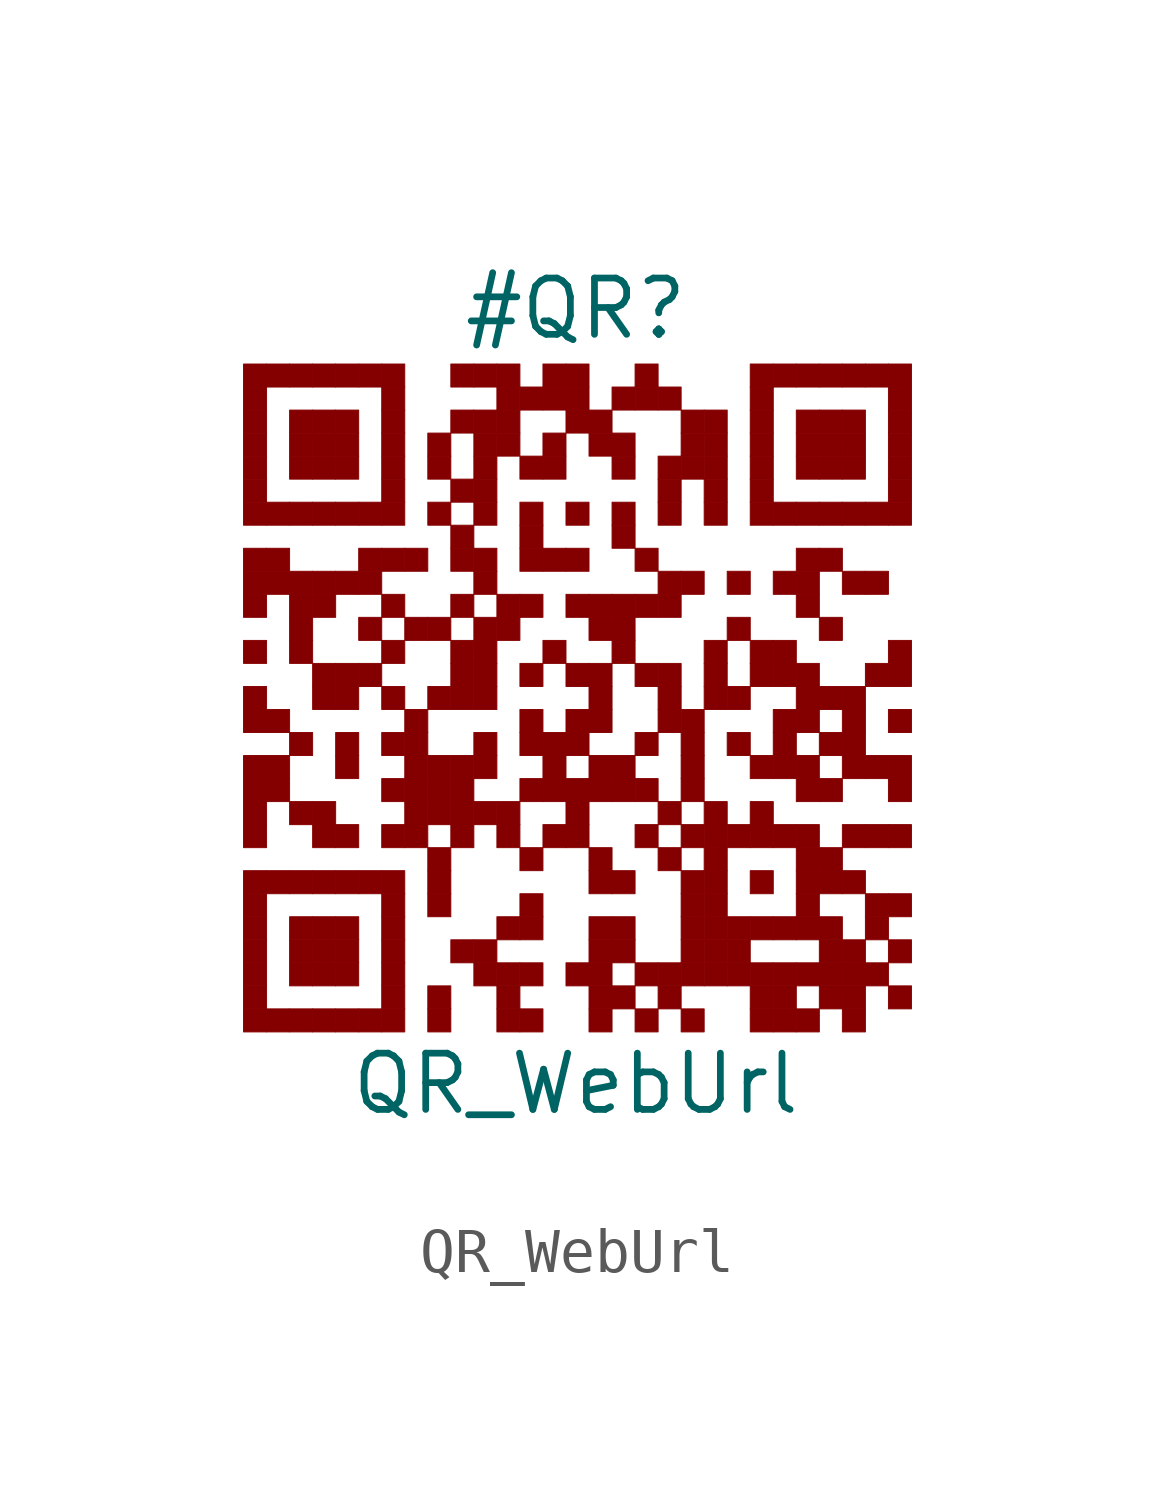
<source format=kicad_sym>
(kicad_symbol_lib
  (version 20211014)
  (generator kibot)
  (symbol "QR_WebUrl"
    (pin_numbers hide)
    (pin_names hide)
    (property "Reference" "#QR"
      (at 0 8.75 0))
    (property "Value" "QR_WebUrl"
      (at 0 -8.75 0))
    (rectangle
      (start -7.5 7.5)
      (end -6.98 6.98)
      (stroke (width 0.001) (type default) (color 0 0 0 0))
      (fill (type outline)))
    (rectangle
      (start -6.98 7.5)
      (end -6.46 6.98)
      (stroke (width 0.001) (type default) (color 0 0 0 0))
      (fill (type outline)))
    (rectangle
      (start -6.46 7.5)
      (end -5.94 6.98)
      (stroke (width 0.001) (type default) (color 0 0 0 0))
      (fill (type outline)))
    (rectangle
      (start -5.94 7.5)
      (end -5.42 6.98)
      (stroke (width 0.001) (type default) (color 0 0 0 0))
      (fill (type outline)))
    (rectangle
      (start -5.42 7.5)
      (end -4.9 6.98)
      (stroke (width 0.001) (type default) (color 0 0 0 0))
      (fill (type outline)))
    (rectangle
      (start -4.9 7.5)
      (end -4.38 6.98)
      (stroke (width 0.001) (type default) (color 0 0 0 0))
      (fill (type outline)))
    (rectangle
      (start -4.38 7.5)
      (end -3.86 6.98)
      (stroke (width 0.001) (type default) (color 0 0 0 0))
      (fill (type outline)))
    (rectangle
      (start -2.82 7.5)
      (end -2.3 6.98)
      (stroke (width 0.001) (type default) (color 0 0 0 0))
      (fill (type outline)))
    (rectangle
      (start -2.3 7.5)
      (end -1.78 6.98)
      (stroke (width 0.001) (type default) (color 0 0 0 0))
      (fill (type outline)))
    (rectangle
      (start -1.78 7.5)
      (end -1.26 6.98)
      (stroke (width 0.001) (type default) (color 0 0 0 0))
      (fill (type outline)))
    (rectangle
      (start -0.74 7.5)
      (end -0.22 6.98)
      (stroke (width 0.001) (type default) (color 0 0 0 0))
      (fill (type outline)))
    (rectangle
      (start -0.22 7.5)
      (end 0.3 6.98)
      (stroke (width 0.001) (type default) (color 0 0 0 0))
      (fill (type outline)))
    (rectangle
      (start 1.34 7.5)
      (end 1.86 6.98)
      (stroke (width 0.001) (type default) (color 0 0 0 0))
      (fill (type outline)))
    (rectangle
      (start 3.94 7.5)
      (end 4.46 6.98)
      (stroke (width 0.001) (type default) (color 0 0 0 0))
      (fill (type outline)))
    (rectangle
      (start 4.46 7.5)
      (end 4.98 6.98)
      (stroke (width 0.001) (type default) (color 0 0 0 0))
      (fill (type outline)))
    (rectangle
      (start 4.98 7.5)
      (end 5.5 6.98)
      (stroke (width 0.001) (type default) (color 0 0 0 0))
      (fill (type outline)))
    (rectangle
      (start 5.5 7.5)
      (end 6.02 6.98)
      (stroke (width 0.001) (type default) (color 0 0 0 0))
      (fill (type outline)))
    (rectangle
      (start 6.02 7.5)
      (end 6.54 6.98)
      (stroke (width 0.001) (type default) (color 0 0 0 0))
      (fill (type outline)))
    (rectangle
      (start 6.54 7.5)
      (end 7.06 6.98)
      (stroke (width 0.001) (type default) (color 0 0 0 0))
      (fill (type outline)))
    (rectangle
      (start 7.06 7.5)
      (end 7.58 6.98)
      (stroke (width 0.001) (type default) (color 0 0 0 0))
      (fill (type outline)))
    (rectangle
      (start -7.5 6.98)
      (end -6.98 6.46)
      (stroke (width 0.001) (type default) (color 0 0 0 0))
      (fill (type outline)))
    (rectangle
      (start -4.38 6.98)
      (end -3.86 6.46)
      (stroke (width 0.001) (type default) (color 0 0 0 0))
      (fill (type outline)))
    (rectangle
      (start -1.78 6.98)
      (end -1.26 6.46)
      (stroke (width 0.001) (type default) (color 0 0 0 0))
      (fill (type outline)))
    (rectangle
      (start -1.26 6.98)
      (end -0.74 6.46)
      (stroke (width 0.001) (type default) (color 0 0 0 0))
      (fill (type outline)))
    (rectangle
      (start -0.74 6.98)
      (end -0.22 6.46)
      (stroke (width 0.001) (type default) (color 0 0 0 0))
      (fill (type outline)))
    (rectangle
      (start -0.22 6.98)
      (end 0.3 6.46)
      (stroke (width 0.001) (type default) (color 0 0 0 0))
      (fill (type outline)))
    (rectangle
      (start 0.82 6.98)
      (end 1.34 6.46)
      (stroke (width 0.001) (type default) (color 0 0 0 0))
      (fill (type outline)))
    (rectangle
      (start 1.34 6.98)
      (end 1.86 6.46)
      (stroke (width 0.001) (type default) (color 0 0 0 0))
      (fill (type outline)))
    (rectangle
      (start 1.86 6.98)
      (end 2.38 6.46)
      (stroke (width 0.001) (type default) (color 0 0 0 0))
      (fill (type outline)))
    (rectangle
      (start 3.94 6.98)
      (end 4.46 6.46)
      (stroke (width 0.001) (type default) (color 0 0 0 0))
      (fill (type outline)))
    (rectangle
      (start 7.06 6.98)
      (end 7.58 6.46)
      (stroke (width 0.001) (type default) (color 0 0 0 0))
      (fill (type outline)))
    (rectangle
      (start -7.5 6.46)
      (end -6.98 5.94)
      (stroke (width 0.001) (type default) (color 0 0 0 0))
      (fill (type outline)))
    (rectangle
      (start -6.46 6.46)
      (end -5.94 5.94)
      (stroke (width 0.001) (type default) (color 0 0 0 0))
      (fill (type outline)))
    (rectangle
      (start -5.94 6.46)
      (end -5.42 5.94)
      (stroke (width 0.001) (type default) (color 0 0 0 0))
      (fill (type outline)))
    (rectangle
      (start -5.42 6.46)
      (end -4.9 5.94)
      (stroke (width 0.001) (type default) (color 0 0 0 0))
      (fill (type outline)))
    (rectangle
      (start -4.38 6.46)
      (end -3.86 5.94)
      (stroke (width 0.001) (type default) (color 0 0 0 0))
      (fill (type outline)))
    (rectangle
      (start -2.82 6.46)
      (end -2.3 5.94)
      (stroke (width 0.001) (type default) (color 0 0 0 0))
      (fill (type outline)))
    (rectangle
      (start -2.3 6.46)
      (end -1.78 5.94)
      (stroke (width 0.001) (type default) (color 0 0 0 0))
      (fill (type outline)))
    (rectangle
      (start -1.78 6.46)
      (end -1.26 5.94)
      (stroke (width 0.001) (type default) (color 0 0 0 0))
      (fill (type outline)))
    (rectangle
      (start -0.22 6.46)
      (end 0.3 5.94)
      (stroke (width 0.001) (type default) (color 0 0 0 0))
      (fill (type outline)))
    (rectangle
      (start 0.3 6.46)
      (end 0.82 5.94)
      (stroke (width 0.001) (type default) (color 0 0 0 0))
      (fill (type outline)))
    (rectangle
      (start 2.38 6.46)
      (end 2.9 5.94)
      (stroke (width 0.001) (type default) (color 0 0 0 0))
      (fill (type outline)))
    (rectangle
      (start 2.9 6.46)
      (end 3.42 5.94)
      (stroke (width 0.001) (type default) (color 0 0 0 0))
      (fill (type outline)))
    (rectangle
      (start 3.94 6.46)
      (end 4.46 5.94)
      (stroke (width 0.001) (type default) (color 0 0 0 0))
      (fill (type outline)))
    (rectangle
      (start 4.98 6.46)
      (end 5.5 5.94)
      (stroke (width 0.001) (type default) (color 0 0 0 0))
      (fill (type outline)))
    (rectangle
      (start 5.5 6.46)
      (end 6.02 5.94)
      (stroke (width 0.001) (type default) (color 0 0 0 0))
      (fill (type outline)))
    (rectangle
      (start 6.02 6.46)
      (end 6.54 5.94)
      (stroke (width 0.001) (type default) (color 0 0 0 0))
      (fill (type outline)))
    (rectangle
      (start 7.06 6.46)
      (end 7.58 5.94)
      (stroke (width 0.001) (type default) (color 0 0 0 0))
      (fill (type outline)))
    (rectangle
      (start -7.5 5.94)
      (end -6.98 5.42)
      (stroke (width 0.001) (type default) (color 0 0 0 0))
      (fill (type outline)))
    (rectangle
      (start -6.46 5.94)
      (end -5.94 5.42)
      (stroke (width 0.001) (type default) (color 0 0 0 0))
      (fill (type outline)))
    (rectangle
      (start -5.94 5.94)
      (end -5.42 5.42)
      (stroke (width 0.001) (type default) (color 0 0 0 0))
      (fill (type outline)))
    (rectangle
      (start -5.42 5.94)
      (end -4.9 5.42)
      (stroke (width 0.001) (type default) (color 0 0 0 0))
      (fill (type outline)))
    (rectangle
      (start -4.38 5.94)
      (end -3.86 5.42)
      (stroke (width 0.001) (type default) (color 0 0 0 0))
      (fill (type outline)))
    (rectangle
      (start -3.34 5.94)
      (end -2.82 5.42)
      (stroke (width 0.001) (type default) (color 0 0 0 0))
      (fill (type outline)))
    (rectangle
      (start -2.3 5.94)
      (end -1.78 5.42)
      (stroke (width 0.001) (type default) (color 0 0 0 0))
      (fill (type outline)))
    (rectangle
      (start -1.78 5.94)
      (end -1.26 5.42)
      (stroke (width 0.001) (type default) (color 0 0 0 0))
      (fill (type outline)))
    (rectangle
      (start -0.74 5.94)
      (end -0.22 5.42)
      (stroke (width 0.001) (type default) (color 0 0 0 0))
      (fill (type outline)))
    (rectangle
      (start 0.3 5.94)
      (end 0.82 5.42)
      (stroke (width 0.001) (type default) (color 0 0 0 0))
      (fill (type outline)))
    (rectangle
      (start 0.82 5.94)
      (end 1.34 5.42)
      (stroke (width 0.001) (type default) (color 0 0 0 0))
      (fill (type outline)))
    (rectangle
      (start 2.38 5.94)
      (end 2.9 5.42)
      (stroke (width 0.001) (type default) (color 0 0 0 0))
      (fill (type outline)))
    (rectangle
      (start 2.9 5.94)
      (end 3.42 5.42)
      (stroke (width 0.001) (type default) (color 0 0 0 0))
      (fill (type outline)))
    (rectangle
      (start 3.94 5.94)
      (end 4.46 5.42)
      (stroke (width 0.001) (type default) (color 0 0 0 0))
      (fill (type outline)))
    (rectangle
      (start 4.98 5.94)
      (end 5.5 5.42)
      (stroke (width 0.001) (type default) (color 0 0 0 0))
      (fill (type outline)))
    (rectangle
      (start 5.5 5.94)
      (end 6.02 5.42)
      (stroke (width 0.001) (type default) (color 0 0 0 0))
      (fill (type outline)))
    (rectangle
      (start 6.02 5.94)
      (end 6.54 5.42)
      (stroke (width 0.001) (type default) (color 0 0 0 0))
      (fill (type outline)))
    (rectangle
      (start 7.06 5.94)
      (end 7.58 5.42)
      (stroke (width 0.001) (type default) (color 0 0 0 0))
      (fill (type outline)))
    (rectangle
      (start -7.5 5.42)
      (end -6.98 4.9)
      (stroke (width 0.001) (type default) (color 0 0 0 0))
      (fill (type outline)))
    (rectangle
      (start -6.46 5.42)
      (end -5.94 4.9)
      (stroke (width 0.001) (type default) (color 0 0 0 0))
      (fill (type outline)))
    (rectangle
      (start -5.94 5.42)
      (end -5.42 4.9)
      (stroke (width 0.001) (type default) (color 0 0 0 0))
      (fill (type outline)))
    (rectangle
      (start -5.42 5.42)
      (end -4.9 4.9)
      (stroke (width 0.001) (type default) (color 0 0 0 0))
      (fill (type outline)))
    (rectangle
      (start -4.38 5.42)
      (end -3.86 4.9)
      (stroke (width 0.001) (type default) (color 0 0 0 0))
      (fill (type outline)))
    (rectangle
      (start -3.34 5.42)
      (end -2.82 4.9)
      (stroke (width 0.001) (type default) (color 0 0 0 0))
      (fill (type outline)))
    (rectangle
      (start -2.3 5.42)
      (end -1.78 4.9)
      (stroke (width 0.001) (type default) (color 0 0 0 0))
      (fill (type outline)))
    (rectangle
      (start -1.26 5.42)
      (end -0.74 4.9)
      (stroke (width 0.001) (type default) (color 0 0 0 0))
      (fill (type outline)))
    (rectangle
      (start -0.74 5.42)
      (end -0.22 4.9)
      (stroke (width 0.001) (type default) (color 0 0 0 0))
      (fill (type outline)))
    (rectangle
      (start 0.82 5.42)
      (end 1.34 4.9)
      (stroke (width 0.001) (type default) (color 0 0 0 0))
      (fill (type outline)))
    (rectangle
      (start 1.86 5.42)
      (end 2.38 4.9)
      (stroke (width 0.001) (type default) (color 0 0 0 0))
      (fill (type outline)))
    (rectangle
      (start 2.38 5.42)
      (end 2.9 4.9)
      (stroke (width 0.001) (type default) (color 0 0 0 0))
      (fill (type outline)))
    (rectangle
      (start 2.9 5.42)
      (end 3.42 4.9)
      (stroke (width 0.001) (type default) (color 0 0 0 0))
      (fill (type outline)))
    (rectangle
      (start 3.94 5.42)
      (end 4.46 4.9)
      (stroke (width 0.001) (type default) (color 0 0 0 0))
      (fill (type outline)))
    (rectangle
      (start 4.98 5.42)
      (end 5.5 4.9)
      (stroke (width 0.001) (type default) (color 0 0 0 0))
      (fill (type outline)))
    (rectangle
      (start 5.5 5.42)
      (end 6.02 4.9)
      (stroke (width 0.001) (type default) (color 0 0 0 0))
      (fill (type outline)))
    (rectangle
      (start 6.02 5.42)
      (end 6.54 4.9)
      (stroke (width 0.001) (type default) (color 0 0 0 0))
      (fill (type outline)))
    (rectangle
      (start 7.06 5.42)
      (end 7.58 4.9)
      (stroke (width 0.001) (type default) (color 0 0 0 0))
      (fill (type outline)))
    (rectangle
      (start -7.5 4.9)
      (end -6.98 4.38)
      (stroke (width 0.001) (type default) (color 0 0 0 0))
      (fill (type outline)))
    (rectangle
      (start -4.38 4.9)
      (end -3.86 4.38)
      (stroke (width 0.001) (type default) (color 0 0 0 0))
      (fill (type outline)))
    (rectangle
      (start -2.82 4.9)
      (end -2.3 4.38)
      (stroke (width 0.001) (type default) (color 0 0 0 0))
      (fill (type outline)))
    (rectangle
      (start -2.3 4.9)
      (end -1.78 4.38)
      (stroke (width 0.001) (type default) (color 0 0 0 0))
      (fill (type outline)))
    (rectangle
      (start 1.86 4.9)
      (end 2.38 4.38)
      (stroke (width 0.001) (type default) (color 0 0 0 0))
      (fill (type outline)))
    (rectangle
      (start 2.9 4.9)
      (end 3.42 4.38)
      (stroke (width 0.001) (type default) (color 0 0 0 0))
      (fill (type outline)))
    (rectangle
      (start 3.94 4.9)
      (end 4.46 4.38)
      (stroke (width 0.001) (type default) (color 0 0 0 0))
      (fill (type outline)))
    (rectangle
      (start 7.06 4.9)
      (end 7.58 4.38)
      (stroke (width 0.001) (type default) (color 0 0 0 0))
      (fill (type outline)))
    (rectangle
      (start -7.5 4.38)
      (end -6.98 3.86)
      (stroke (width 0.001) (type default) (color 0 0 0 0))
      (fill (type outline)))
    (rectangle
      (start -6.98 4.38)
      (end -6.46 3.86)
      (stroke (width 0.001) (type default) (color 0 0 0 0))
      (fill (type outline)))
    (rectangle
      (start -6.46 4.38)
      (end -5.94 3.86)
      (stroke (width 0.001) (type default) (color 0 0 0 0))
      (fill (type outline)))
    (rectangle
      (start -5.94 4.38)
      (end -5.42 3.86)
      (stroke (width 0.001) (type default) (color 0 0 0 0))
      (fill (type outline)))
    (rectangle
      (start -5.42 4.38)
      (end -4.9 3.86)
      (stroke (width 0.001) (type default) (color 0 0 0 0))
      (fill (type outline)))
    (rectangle
      (start -4.9 4.38)
      (end -4.38 3.86)
      (stroke (width 0.001) (type default) (color 0 0 0 0))
      (fill (type outline)))
    (rectangle
      (start -4.38 4.38)
      (end -3.86 3.86)
      (stroke (width 0.001) (type default) (color 0 0 0 0))
      (fill (type outline)))
    (rectangle
      (start -3.34 4.38)
      (end -2.82 3.86)
      (stroke (width 0.001) (type default) (color 0 0 0 0))
      (fill (type outline)))
    (rectangle
      (start -2.3 4.38)
      (end -1.78 3.86)
      (stroke (width 0.001) (type default) (color 0 0 0 0))
      (fill (type outline)))
    (rectangle
      (start -1.26 4.38)
      (end -0.74 3.86)
      (stroke (width 0.001) (type default) (color 0 0 0 0))
      (fill (type outline)))
    (rectangle
      (start -0.22 4.38)
      (end 0.3 3.86)
      (stroke (width 0.001) (type default) (color 0 0 0 0))
      (fill (type outline)))
    (rectangle
      (start 0.82 4.38)
      (end 1.34 3.86)
      (stroke (width 0.001) (type default) (color 0 0 0 0))
      (fill (type outline)))
    (rectangle
      (start 1.86 4.38)
      (end 2.38 3.86)
      (stroke (width 0.001) (type default) (color 0 0 0 0))
      (fill (type outline)))
    (rectangle
      (start 2.9 4.38)
      (end 3.42 3.86)
      (stroke (width 0.001) (type default) (color 0 0 0 0))
      (fill (type outline)))
    (rectangle
      (start 3.94 4.38)
      (end 4.46 3.86)
      (stroke (width 0.001) (type default) (color 0 0 0 0))
      (fill (type outline)))
    (rectangle
      (start 4.46 4.38)
      (end 4.98 3.86)
      (stroke (width 0.001) (type default) (color 0 0 0 0))
      (fill (type outline)))
    (rectangle
      (start 4.98 4.38)
      (end 5.5 3.86)
      (stroke (width 0.001) (type default) (color 0 0 0 0))
      (fill (type outline)))
    (rectangle
      (start 5.5 4.38)
      (end 6.02 3.86)
      (stroke (width 0.001) (type default) (color 0 0 0 0))
      (fill (type outline)))
    (rectangle
      (start 6.02 4.38)
      (end 6.54 3.86)
      (stroke (width 0.001) (type default) (color 0 0 0 0))
      (fill (type outline)))
    (rectangle
      (start 6.54 4.38)
      (end 7.06 3.86)
      (stroke (width 0.001) (type default) (color 0 0 0 0))
      (fill (type outline)))
    (rectangle
      (start 7.06 4.38)
      (end 7.58 3.86)
      (stroke (width 0.001) (type default) (color 0 0 0 0))
      (fill (type outline)))
    (rectangle
      (start -2.82 3.86)
      (end -2.3 3.34)
      (stroke (width 0.001) (type default) (color 0 0 0 0))
      (fill (type outline)))
    (rectangle
      (start -1.26 3.86)
      (end -0.74 3.34)
      (stroke (width 0.001) (type default) (color 0 0 0 0))
      (fill (type outline)))
    (rectangle
      (start 0.82 3.86)
      (end 1.34 3.34)
      (stroke (width 0.001) (type default) (color 0 0 0 0))
      (fill (type outline)))
    (rectangle
      (start -7.5 3.34)
      (end -6.98 2.82)
      (stroke (width 0.001) (type default) (color 0 0 0 0))
      (fill (type outline)))
    (rectangle
      (start -6.98 3.34)
      (end -6.46 2.82)
      (stroke (width 0.001) (type default) (color 0 0 0 0))
      (fill (type outline)))
    (rectangle
      (start -4.9 3.34)
      (end -4.38 2.82)
      (stroke (width 0.001) (type default) (color 0 0 0 0))
      (fill (type outline)))
    (rectangle
      (start -4.38 3.34)
      (end -3.86 2.82)
      (stroke (width 0.001) (type default) (color 0 0 0 0))
      (fill (type outline)))
    (rectangle
      (start -3.86 3.34)
      (end -3.34 2.82)
      (stroke (width 0.001) (type default) (color 0 0 0 0))
      (fill (type outline)))
    (rectangle
      (start -2.82 3.34)
      (end -2.3 2.82)
      (stroke (width 0.001) (type default) (color 0 0 0 0))
      (fill (type outline)))
    (rectangle
      (start -2.3 3.34)
      (end -1.78 2.82)
      (stroke (width 0.001) (type default) (color 0 0 0 0))
      (fill (type outline)))
    (rectangle
      (start -1.26 3.34)
      (end -0.74 2.82)
      (stroke (width 0.001) (type default) (color 0 0 0 0))
      (fill (type outline)))
    (rectangle
      (start -0.74 3.34)
      (end -0.22 2.82)
      (stroke (width 0.001) (type default) (color 0 0 0 0))
      (fill (type outline)))
    (rectangle
      (start -0.22 3.34)
      (end 0.3 2.82)
      (stroke (width 0.001) (type default) (color 0 0 0 0))
      (fill (type outline)))
    (rectangle
      (start 1.34 3.34)
      (end 1.86 2.82)
      (stroke (width 0.001) (type default) (color 0 0 0 0))
      (fill (type outline)))
    (rectangle
      (start 4.98 3.34)
      (end 5.5 2.82)
      (stroke (width 0.001) (type default) (color 0 0 0 0))
      (fill (type outline)))
    (rectangle
      (start 5.5 3.34)
      (end 6.02 2.82)
      (stroke (width 0.001) (type default) (color 0 0 0 0))
      (fill (type outline)))
    (rectangle
      (start -7.5 2.82)
      (end -6.98 2.3)
      (stroke (width 0.001) (type default) (color 0 0 0 0))
      (fill (type outline)))
    (rectangle
      (start -6.98 2.82)
      (end -6.46 2.3)
      (stroke (width 0.001) (type default) (color 0 0 0 0))
      (fill (type outline)))
    (rectangle
      (start -6.46 2.82)
      (end -5.94 2.3)
      (stroke (width 0.001) (type default) (color 0 0 0 0))
      (fill (type outline)))
    (rectangle
      (start -5.94 2.82)
      (end -5.42 2.3)
      (stroke (width 0.001) (type default) (color 0 0 0 0))
      (fill (type outline)))
    (rectangle
      (start -5.42 2.82)
      (end -4.9 2.3)
      (stroke (width 0.001) (type default) (color 0 0 0 0))
      (fill (type outline)))
    (rectangle
      (start -4.9 2.82)
      (end -4.38 2.3)
      (stroke (width 0.001) (type default) (color 0 0 0 0))
      (fill (type outline)))
    (rectangle
      (start -2.3 2.82)
      (end -1.78 2.3)
      (stroke (width 0.001) (type default) (color 0 0 0 0))
      (fill (type outline)))
    (rectangle
      (start 1.86 2.82)
      (end 2.38 2.3)
      (stroke (width 0.001) (type default) (color 0 0 0 0))
      (fill (type outline)))
    (rectangle
      (start 2.38 2.82)
      (end 2.9 2.3)
      (stroke (width 0.001) (type default) (color 0 0 0 0))
      (fill (type outline)))
    (rectangle
      (start 3.42 2.82)
      (end 3.94 2.3)
      (stroke (width 0.001) (type default) (color 0 0 0 0))
      (fill (type outline)))
    (rectangle
      (start 4.46 2.82)
      (end 4.98 2.3)
      (stroke (width 0.001) (type default) (color 0 0 0 0))
      (fill (type outline)))
    (rectangle
      (start 4.98 2.82)
      (end 5.5 2.3)
      (stroke (width 0.001) (type default) (color 0 0 0 0))
      (fill (type outline)))
    (rectangle
      (start 6.02 2.82)
      (end 6.54 2.3)
      (stroke (width 0.001) (type default) (color 0 0 0 0))
      (fill (type outline)))
    (rectangle
      (start 6.54 2.82)
      (end 7.06 2.3)
      (stroke (width 0.001) (type default) (color 0 0 0 0))
      (fill (type outline)))
    (rectangle
      (start -7.5 2.3)
      (end -6.98 1.78)
      (stroke (width 0.001) (type default) (color 0 0 0 0))
      (fill (type outline)))
    (rectangle
      (start -6.46 2.3)
      (end -5.94 1.78)
      (stroke (width 0.001) (type default) (color 0 0 0 0))
      (fill (type outline)))
    (rectangle
      (start -5.94 2.3)
      (end -5.42 1.78)
      (stroke (width 0.001) (type default) (color 0 0 0 0))
      (fill (type outline)))
    (rectangle
      (start -4.38 2.3)
      (end -3.86 1.78)
      (stroke (width 0.001) (type default) (color 0 0 0 0))
      (fill (type outline)))
    (rectangle
      (start -2.82 2.3)
      (end -2.3 1.78)
      (stroke (width 0.001) (type default) (color 0 0 0 0))
      (fill (type outline)))
    (rectangle
      (start -1.78 2.3)
      (end -1.26 1.78)
      (stroke (width 0.001) (type default) (color 0 0 0 0))
      (fill (type outline)))
    (rectangle
      (start -1.26 2.3)
      (end -0.74 1.78)
      (stroke (width 0.001) (type default) (color 0 0 0 0))
      (fill (type outline)))
    (rectangle
      (start -0.22 2.3)
      (end 0.3 1.78)
      (stroke (width 0.001) (type default) (color 0 0 0 0))
      (fill (type outline)))
    (rectangle
      (start 0.3 2.3)
      (end 0.82 1.78)
      (stroke (width 0.001) (type default) (color 0 0 0 0))
      (fill (type outline)))
    (rectangle
      (start 0.82 2.3)
      (end 1.34 1.78)
      (stroke (width 0.001) (type default) (color 0 0 0 0))
      (fill (type outline)))
    (rectangle
      (start 1.34 2.3)
      (end 1.86 1.78)
      (stroke (width 0.001) (type default) (color 0 0 0 0))
      (fill (type outline)))
    (rectangle
      (start 1.86 2.3)
      (end 2.38 1.78)
      (stroke (width 0.001) (type default) (color 0 0 0 0))
      (fill (type outline)))
    (rectangle
      (start 4.98 2.3)
      (end 5.5 1.78)
      (stroke (width 0.001) (type default) (color 0 0 0 0))
      (fill (type outline)))
    (rectangle
      (start -6.46 1.78)
      (end -5.94 1.26)
      (stroke (width 0.001) (type default) (color 0 0 0 0))
      (fill (type outline)))
    (rectangle
      (start -4.9 1.78)
      (end -4.38 1.26)
      (stroke (width 0.001) (type default) (color 0 0 0 0))
      (fill (type outline)))
    (rectangle
      (start -3.86 1.78)
      (end -3.34 1.26)
      (stroke (width 0.001) (type default) (color 0 0 0 0))
      (fill (type outline)))
    (rectangle
      (start -3.34 1.78)
      (end -2.82 1.26)
      (stroke (width 0.001) (type default) (color 0 0 0 0))
      (fill (type outline)))
    (rectangle
      (start -2.3 1.78)
      (end -1.78 1.26)
      (stroke (width 0.001) (type default) (color 0 0 0 0))
      (fill (type outline)))
    (rectangle
      (start -1.78 1.78)
      (end -1.26 1.26)
      (stroke (width 0.001) (type default) (color 0 0 0 0))
      (fill (type outline)))
    (rectangle
      (start 0.3 1.78)
      (end 0.82 1.26)
      (stroke (width 0.001) (type default) (color 0 0 0 0))
      (fill (type outline)))
    (rectangle
      (start 0.82 1.78)
      (end 1.34 1.26)
      (stroke (width 0.001) (type default) (color 0 0 0 0))
      (fill (type outline)))
    (rectangle
      (start 3.42 1.78)
      (end 3.94 1.26)
      (stroke (width 0.001) (type default) (color 0 0 0 0))
      (fill (type outline)))
    (rectangle
      (start 5.5 1.78)
      (end 6.02 1.26)
      (stroke (width 0.001) (type default) (color 0 0 0 0))
      (fill (type outline)))
    (rectangle
      (start -7.5 1.26)
      (end -6.98 0.74)
      (stroke (width 0.001) (type default) (color 0 0 0 0))
      (fill (type outline)))
    (rectangle
      (start -6.46 1.26)
      (end -5.94 0.74)
      (stroke (width 0.001) (type default) (color 0 0 0 0))
      (fill (type outline)))
    (rectangle
      (start -4.38 1.26)
      (end -3.86 0.74)
      (stroke (width 0.001) (type default) (color 0 0 0 0))
      (fill (type outline)))
    (rectangle
      (start -2.82 1.26)
      (end -2.3 0.74)
      (stroke (width 0.001) (type default) (color 0 0 0 0))
      (fill (type outline)))
    (rectangle
      (start -2.3 1.26)
      (end -1.78 0.74)
      (stroke (width 0.001) (type default) (color 0 0 0 0))
      (fill (type outline)))
    (rectangle
      (start -0.74 1.26)
      (end -0.22 0.74)
      (stroke (width 0.001) (type default) (color 0 0 0 0))
      (fill (type outline)))
    (rectangle
      (start 0.82 1.26)
      (end 1.34 0.74)
      (stroke (width 0.001) (type default) (color 0 0 0 0))
      (fill (type outline)))
    (rectangle
      (start 2.9 1.26)
      (end 3.42 0.74)
      (stroke (width 0.001) (type default) (color 0 0 0 0))
      (fill (type outline)))
    (rectangle
      (start 3.94 1.26)
      (end 4.46 0.74)
      (stroke (width 0.001) (type default) (color 0 0 0 0))
      (fill (type outline)))
    (rectangle
      (start 4.46 1.26)
      (end 4.98 0.74)
      (stroke (width 0.001) (type default) (color 0 0 0 0))
      (fill (type outline)))
    (rectangle
      (start 7.06 1.26)
      (end 7.58 0.74)
      (stroke (width 0.001) (type default) (color 0 0 0 0))
      (fill (type outline)))
    (rectangle
      (start -5.94 0.74)
      (end -5.42 0.22)
      (stroke (width 0.001) (type default) (color 0 0 0 0))
      (fill (type outline)))
    (rectangle
      (start -5.42 0.74)
      (end -4.9 0.22)
      (stroke (width 0.001) (type default) (color 0 0 0 0))
      (fill (type outline)))
    (rectangle
      (start -4.9 0.74)
      (end -4.38 0.22)
      (stroke (width 0.001) (type default) (color 0 0 0 0))
      (fill (type outline)))
    (rectangle
      (start -2.82 0.74)
      (end -2.3 0.22)
      (stroke (width 0.001) (type default) (color 0 0 0 0))
      (fill (type outline)))
    (rectangle
      (start -2.3 0.74)
      (end -1.78 0.22)
      (stroke (width 0.001) (type default) (color 0 0 0 0))
      (fill (type outline)))
    (rectangle
      (start -1.26 0.74)
      (end -0.74 0.22)
      (stroke (width 0.001) (type default) (color 0 0 0 0))
      (fill (type outline)))
    (rectangle
      (start -0.22 0.74)
      (end 0.3 0.22)
      (stroke (width 0.001) (type default) (color 0 0 0 0))
      (fill (type outline)))
    (rectangle
      (start 0.3 0.74)
      (end 0.82 0.22)
      (stroke (width 0.001) (type default) (color 0 0 0 0))
      (fill (type outline)))
    (rectangle
      (start 1.34 0.74)
      (end 1.86 0.22)
      (stroke (width 0.001) (type default) (color 0 0 0 0))
      (fill (type outline)))
    (rectangle
      (start 1.86 0.74)
      (end 2.38 0.22)
      (stroke (width 0.001) (type default) (color 0 0 0 0))
      (fill (type outline)))
    (rectangle
      (start 2.9 0.74)
      (end 3.42 0.22)
      (stroke (width 0.001) (type default) (color 0 0 0 0))
      (fill (type outline)))
    (rectangle
      (start 3.94 0.74)
      (end 4.46 0.22)
      (stroke (width 0.001) (type default) (color 0 0 0 0))
      (fill (type outline)))
    (rectangle
      (start 4.46 0.74)
      (end 4.98 0.22)
      (stroke (width 0.001) (type default) (color 0 0 0 0))
      (fill (type outline)))
    (rectangle
      (start 4.98 0.74)
      (end 5.5 0.22)
      (stroke (width 0.001) (type default) (color 0 0 0 0))
      (fill (type outline)))
    (rectangle
      (start 6.54 0.74)
      (end 7.06 0.22)
      (stroke (width 0.001) (type default) (color 0 0 0 0))
      (fill (type outline)))
    (rectangle
      (start 7.06 0.74)
      (end 7.58 0.22)
      (stroke (width 0.001) (type default) (color 0 0 0 0))
      (fill (type outline)))
    (rectangle
      (start -7.5 0.22)
      (end -6.98 -0.3)
      (stroke (width 0.001) (type default) (color 0 0 0 0))
      (fill (type outline)))
    (rectangle
      (start -5.94 0.22)
      (end -5.42 -0.3)
      (stroke (width 0.001) (type default) (color 0 0 0 0))
      (fill (type outline)))
    (rectangle
      (start -5.42 0.22)
      (end -4.9 -0.3)
      (stroke (width 0.001) (type default) (color 0 0 0 0))
      (fill (type outline)))
    (rectangle
      (start -4.38 0.22)
      (end -3.86 -0.3)
      (stroke (width 0.001) (type default) (color 0 0 0 0))
      (fill (type outline)))
    (rectangle
      (start -3.34 0.22)
      (end -2.82 -0.3)
      (stroke (width 0.001) (type default) (color 0 0 0 0))
      (fill (type outline)))
    (rectangle
      (start -2.82 0.22)
      (end -2.3 -0.3)
      (stroke (width 0.001) (type default) (color 0 0 0 0))
      (fill (type outline)))
    (rectangle
      (start -2.3 0.22)
      (end -1.78 -0.3)
      (stroke (width 0.001) (type default) (color 0 0 0 0))
      (fill (type outline)))
    (rectangle
      (start 0.3 0.22)
      (end 0.82 -0.3)
      (stroke (width 0.001) (type default) (color 0 0 0 0))
      (fill (type outline)))
    (rectangle
      (start 1.86 0.22)
      (end 2.38 -0.3)
      (stroke (width 0.001) (type default) (color 0 0 0 0))
      (fill (type outline)))
    (rectangle
      (start 2.9 0.22)
      (end 3.42 -0.3)
      (stroke (width 0.001) (type default) (color 0 0 0 0))
      (fill (type outline)))
    (rectangle
      (start 3.42 0.22)
      (end 3.94 -0.3)
      (stroke (width 0.001) (type default) (color 0 0 0 0))
      (fill (type outline)))
    (rectangle
      (start 4.98 0.22)
      (end 5.5 -0.3)
      (stroke (width 0.001) (type default) (color 0 0 0 0))
      (fill (type outline)))
    (rectangle
      (start 5.5 0.22)
      (end 6.02 -0.3)
      (stroke (width 0.001) (type default) (color 0 0 0 0))
      (fill (type outline)))
    (rectangle
      (start 6.02 0.22)
      (end 6.54 -0.3)
      (stroke (width 0.001) (type default) (color 0 0 0 0))
      (fill (type outline)))
    (rectangle
      (start -7.5 -0.3)
      (end -6.98 -0.82)
      (stroke (width 0.001) (type default) (color 0 0 0 0))
      (fill (type outline)))
    (rectangle
      (start -6.98 -0.3)
      (end -6.46 -0.82)
      (stroke (width 0.001) (type default) (color 0 0 0 0))
      (fill (type outline)))
    (rectangle
      (start -3.86 -0.3)
      (end -3.34 -0.82)
      (stroke (width 0.001) (type default) (color 0 0 0 0))
      (fill (type outline)))
    (rectangle
      (start -1.26 -0.3)
      (end -0.74 -0.82)
      (stroke (width 0.001) (type default) (color 0 0 0 0))
      (fill (type outline)))
    (rectangle
      (start -0.22 -0.3)
      (end 0.3 -0.82)
      (stroke (width 0.001) (type default) (color 0 0 0 0))
      (fill (type outline)))
    (rectangle
      (start 0.3 -0.3)
      (end 0.82 -0.82)
      (stroke (width 0.001) (type default) (color 0 0 0 0))
      (fill (type outline)))
    (rectangle
      (start 1.86 -0.3)
      (end 2.38 -0.82)
      (stroke (width 0.001) (type default) (color 0 0 0 0))
      (fill (type outline)))
    (rectangle
      (start 2.38 -0.3)
      (end 2.9 -0.82)
      (stroke (width 0.001) (type default) (color 0 0 0 0))
      (fill (type outline)))
    (rectangle
      (start 4.46 -0.3)
      (end 4.98 -0.82)
      (stroke (width 0.001) (type default) (color 0 0 0 0))
      (fill (type outline)))
    (rectangle
      (start 4.98 -0.3)
      (end 5.5 -0.82)
      (stroke (width 0.001) (type default) (color 0 0 0 0))
      (fill (type outline)))
    (rectangle
      (start 6.02 -0.3)
      (end 6.54 -0.82)
      (stroke (width 0.001) (type default) (color 0 0 0 0))
      (fill (type outline)))
    (rectangle
      (start 7.06 -0.3)
      (end 7.58 -0.82)
      (stroke (width 0.001) (type default) (color 0 0 0 0))
      (fill (type outline)))
    (rectangle
      (start -6.46 -0.82)
      (end -5.94 -1.34)
      (stroke (width 0.001) (type default) (color 0 0 0 0))
      (fill (type outline)))
    (rectangle
      (start -5.42 -0.82)
      (end -4.9 -1.34)
      (stroke (width 0.001) (type default) (color 0 0 0 0))
      (fill (type outline)))
    (rectangle
      (start -4.38 -0.82)
      (end -3.86 -1.34)
      (stroke (width 0.001) (type default) (color 0 0 0 0))
      (fill (type outline)))
    (rectangle
      (start -3.86 -0.82)
      (end -3.34 -1.34)
      (stroke (width 0.001) (type default) (color 0 0 0 0))
      (fill (type outline)))
    (rectangle
      (start -2.3 -0.82)
      (end -1.78 -1.34)
      (stroke (width 0.001) (type default) (color 0 0 0 0))
      (fill (type outline)))
    (rectangle
      (start -1.26 -0.82)
      (end -0.74 -1.34)
      (stroke (width 0.001) (type default) (color 0 0 0 0))
      (fill (type outline)))
    (rectangle
      (start -0.74 -0.82)
      (end -0.22 -1.34)
      (stroke (width 0.001) (type default) (color 0 0 0 0))
      (fill (type outline)))
    (rectangle
      (start -0.22 -0.82)
      (end 0.3 -1.34)
      (stroke (width 0.001) (type default) (color 0 0 0 0))
      (fill (type outline)))
    (rectangle
      (start 1.34 -0.82)
      (end 1.86 -1.34)
      (stroke (width 0.001) (type default) (color 0 0 0 0))
      (fill (type outline)))
    (rectangle
      (start 2.38 -0.82)
      (end 2.9 -1.34)
      (stroke (width 0.001) (type default) (color 0 0 0 0))
      (fill (type outline)))
    (rectangle
      (start 3.42 -0.82)
      (end 3.94 -1.34)
      (stroke (width 0.001) (type default) (color 0 0 0 0))
      (fill (type outline)))
    (rectangle
      (start 4.46 -0.82)
      (end 4.98 -1.34)
      (stroke (width 0.001) (type default) (color 0 0 0 0))
      (fill (type outline)))
    (rectangle
      (start 5.5 -0.82)
      (end 6.02 -1.34)
      (stroke (width 0.001) (type default) (color 0 0 0 0))
      (fill (type outline)))
    (rectangle
      (start 6.02 -0.82)
      (end 6.54 -1.34)
      (stroke (width 0.001) (type default) (color 0 0 0 0))
      (fill (type outline)))
    (rectangle
      (start -7.5 -1.34)
      (end -6.98 -1.86)
      (stroke (width 0.001) (type default) (color 0 0 0 0))
      (fill (type outline)))
    (rectangle
      (start -6.98 -1.34)
      (end -6.46 -1.86)
      (stroke (width 0.001) (type default) (color 0 0 0 0))
      (fill (type outline)))
    (rectangle
      (start -5.42 -1.34)
      (end -4.9 -1.86)
      (stroke (width 0.001) (type default) (color 0 0 0 0))
      (fill (type outline)))
    (rectangle
      (start -3.86 -1.34)
      (end -3.34 -1.86)
      (stroke (width 0.001) (type default) (color 0 0 0 0))
      (fill (type outline)))
    (rectangle
      (start -3.34 -1.34)
      (end -2.82 -1.86)
      (stroke (width 0.001) (type default) (color 0 0 0 0))
      (fill (type outline)))
    (rectangle
      (start -2.82 -1.34)
      (end -2.3 -1.86)
      (stroke (width 0.001) (type default) (color 0 0 0 0))
      (fill (type outline)))
    (rectangle
      (start -2.3 -1.34)
      (end -1.78 -1.86)
      (stroke (width 0.001) (type default) (color 0 0 0 0))
      (fill (type outline)))
    (rectangle
      (start -0.74 -1.34)
      (end -0.22 -1.86)
      (stroke (width 0.001) (type default) (color 0 0 0 0))
      (fill (type outline)))
    (rectangle
      (start 0.3 -1.34)
      (end 0.82 -1.86)
      (stroke (width 0.001) (type default) (color 0 0 0 0))
      (fill (type outline)))
    (rectangle
      (start 0.82 -1.34)
      (end 1.34 -1.86)
      (stroke (width 0.001) (type default) (color 0 0 0 0))
      (fill (type outline)))
    (rectangle
      (start 2.38 -1.34)
      (end 2.9 -1.86)
      (stroke (width 0.001) (type default) (color 0 0 0 0))
      (fill (type outline)))
    (rectangle
      (start 3.94 -1.34)
      (end 4.46 -1.86)
      (stroke (width 0.001) (type default) (color 0 0 0 0))
      (fill (type outline)))
    (rectangle
      (start 4.46 -1.34)
      (end 4.98 -1.86)
      (stroke (width 0.001) (type default) (color 0 0 0 0))
      (fill (type outline)))
    (rectangle
      (start 4.98 -1.34)
      (end 5.5 -1.86)
      (stroke (width 0.001) (type default) (color 0 0 0 0))
      (fill (type outline)))
    (rectangle
      (start 6.02 -1.34)
      (end 6.54 -1.86)
      (stroke (width 0.001) (type default) (color 0 0 0 0))
      (fill (type outline)))
    (rectangle
      (start 6.54 -1.34)
      (end 7.06 -1.86)
      (stroke (width 0.001) (type default) (color 0 0 0 0))
      (fill (type outline)))
    (rectangle
      (start 7.06 -1.34)
      (end 7.58 -1.86)
      (stroke (width 0.001) (type default) (color 0 0 0 0))
      (fill (type outline)))
    (rectangle
      (start -7.5 -1.86)
      (end -6.98 -2.38)
      (stroke (width 0.001) (type default) (color 0 0 0 0))
      (fill (type outline)))
    (rectangle
      (start -6.98 -1.86)
      (end -6.46 -2.38)
      (stroke (width 0.001) (type default) (color 0 0 0 0))
      (fill (type outline)))
    (rectangle
      (start -4.38 -1.86)
      (end -3.86 -2.38)
      (stroke (width 0.001) (type default) (color 0 0 0 0))
      (fill (type outline)))
    (rectangle
      (start -3.86 -1.86)
      (end -3.34 -2.38)
      (stroke (width 0.001) (type default) (color 0 0 0 0))
      (fill (type outline)))
    (rectangle
      (start -3.34 -1.86)
      (end -2.82 -2.38)
      (stroke (width 0.001) (type default) (color 0 0 0 0))
      (fill (type outline)))
    (rectangle
      (start -2.82 -1.86)
      (end -2.3 -2.38)
      (stroke (width 0.001) (type default) (color 0 0 0 0))
      (fill (type outline)))
    (rectangle
      (start -1.26 -1.86)
      (end -0.74 -2.38)
      (stroke (width 0.001) (type default) (color 0 0 0 0))
      (fill (type outline)))
    (rectangle
      (start -0.74 -1.86)
      (end -0.22 -2.38)
      (stroke (width 0.001) (type default) (color 0 0 0 0))
      (fill (type outline)))
    (rectangle
      (start -0.22 -1.86)
      (end 0.3 -2.38)
      (stroke (width 0.001) (type default) (color 0 0 0 0))
      (fill (type outline)))
    (rectangle
      (start 0.3 -1.86)
      (end 0.82 -2.38)
      (stroke (width 0.001) (type default) (color 0 0 0 0))
      (fill (type outline)))
    (rectangle
      (start 0.82 -1.86)
      (end 1.34 -2.38)
      (stroke (width 0.001) (type default) (color 0 0 0 0))
      (fill (type outline)))
    (rectangle
      (start 1.34 -1.86)
      (end 1.86 -2.38)
      (stroke (width 0.001) (type default) (color 0 0 0 0))
      (fill (type outline)))
    (rectangle
      (start 2.38 -1.86)
      (end 2.9 -2.38)
      (stroke (width 0.001) (type default) (color 0 0 0 0))
      (fill (type outline)))
    (rectangle
      (start 4.98 -1.86)
      (end 5.5 -2.38)
      (stroke (width 0.001) (type default) (color 0 0 0 0))
      (fill (type outline)))
    (rectangle
      (start 5.5 -1.86)
      (end 6.02 -2.38)
      (stroke (width 0.001) (type default) (color 0 0 0 0))
      (fill (type outline)))
    (rectangle
      (start 7.06 -1.86)
      (end 7.58 -2.38)
      (stroke (width 0.001) (type default) (color 0 0 0 0))
      (fill (type outline)))
    (rectangle
      (start -7.5 -2.38)
      (end -6.98 -2.9)
      (stroke (width 0.001) (type default) (color 0 0 0 0))
      (fill (type outline)))
    (rectangle
      (start -6.46 -2.38)
      (end -5.94 -2.9)
      (stroke (width 0.001) (type default) (color 0 0 0 0))
      (fill (type outline)))
    (rectangle
      (start -5.94 -2.38)
      (end -5.42 -2.9)
      (stroke (width 0.001) (type default) (color 0 0 0 0))
      (fill (type outline)))
    (rectangle
      (start -3.86 -2.38)
      (end -3.34 -2.9)
      (stroke (width 0.001) (type default) (color 0 0 0 0))
      (fill (type outline)))
    (rectangle
      (start -3.34 -2.38)
      (end -2.82 -2.9)
      (stroke (width 0.001) (type default) (color 0 0 0 0))
      (fill (type outline)))
    (rectangle
      (start -2.82 -2.38)
      (end -2.3 -2.9)
      (stroke (width 0.001) (type default) (color 0 0 0 0))
      (fill (type outline)))
    (rectangle
      (start -2.3 -2.38)
      (end -1.78 -2.9)
      (stroke (width 0.001) (type default) (color 0 0 0 0))
      (fill (type outline)))
    (rectangle
      (start -1.78 -2.38)
      (end -1.26 -2.9)
      (stroke (width 0.001) (type default) (color 0 0 0 0))
      (fill (type outline)))
    (rectangle
      (start -0.22 -2.38)
      (end 0.3 -2.9)
      (stroke (width 0.001) (type default) (color 0 0 0 0))
      (fill (type outline)))
    (rectangle
      (start 1.86 -2.38)
      (end 2.38 -2.9)
      (stroke (width 0.001) (type default) (color 0 0 0 0))
      (fill (type outline)))
    (rectangle
      (start 2.9 -2.38)
      (end 3.42 -2.9)
      (stroke (width 0.001) (type default) (color 0 0 0 0))
      (fill (type outline)))
    (rectangle
      (start 3.94 -2.38)
      (end 4.46 -2.9)
      (stroke (width 0.001) (type default) (color 0 0 0 0))
      (fill (type outline)))
    (rectangle
      (start -7.5 -2.9)
      (end -6.98 -3.42)
      (stroke (width 0.001) (type default) (color 0 0 0 0))
      (fill (type outline)))
    (rectangle
      (start -5.94 -2.9)
      (end -5.42 -3.42)
      (stroke (width 0.001) (type default) (color 0 0 0 0))
      (fill (type outline)))
    (rectangle
      (start -5.42 -2.9)
      (end -4.9 -3.42)
      (stroke (width 0.001) (type default) (color 0 0 0 0))
      (fill (type outline)))
    (rectangle
      (start -4.38 -2.9)
      (end -3.86 -3.42)
      (stroke (width 0.001) (type default) (color 0 0 0 0))
      (fill (type outline)))
    (rectangle
      (start -3.86 -2.9)
      (end -3.34 -3.42)
      (stroke (width 0.001) (type default) (color 0 0 0 0))
      (fill (type outline)))
    (rectangle
      (start -2.82 -2.9)
      (end -2.3 -3.42)
      (stroke (width 0.001) (type default) (color 0 0 0 0))
      (fill (type outline)))
    (rectangle
      (start -1.78 -2.9)
      (end -1.26 -3.42)
      (stroke (width 0.001) (type default) (color 0 0 0 0))
      (fill (type outline)))
    (rectangle
      (start -0.74 -2.9)
      (end -0.22 -3.42)
      (stroke (width 0.001) (type default) (color 0 0 0 0))
      (fill (type outline)))
    (rectangle
      (start -0.22 -2.9)
      (end 0.3 -3.42)
      (stroke (width 0.001) (type default) (color 0 0 0 0))
      (fill (type outline)))
    (rectangle
      (start 1.34 -2.9)
      (end 1.86 -3.42)
      (stroke (width 0.001) (type default) (color 0 0 0 0))
      (fill (type outline)))
    (rectangle
      (start 2.38 -2.9)
      (end 2.9 -3.42)
      (stroke (width 0.001) (type default) (color 0 0 0 0))
      (fill (type outline)))
    (rectangle
      (start 2.9 -2.9)
      (end 3.42 -3.42)
      (stroke (width 0.001) (type default) (color 0 0 0 0))
      (fill (type outline)))
    (rectangle
      (start 3.42 -2.9)
      (end 3.94 -3.42)
      (stroke (width 0.001) (type default) (color 0 0 0 0))
      (fill (type outline)))
    (rectangle
      (start 3.94 -2.9)
      (end 4.46 -3.42)
      (stroke (width 0.001) (type default) (color 0 0 0 0))
      (fill (type outline)))
    (rectangle
      (start 4.46 -2.9)
      (end 4.98 -3.42)
      (stroke (width 0.001) (type default) (color 0 0 0 0))
      (fill (type outline)))
    (rectangle
      (start 4.98 -2.9)
      (end 5.5 -3.42)
      (stroke (width 0.001) (type default) (color 0 0 0 0))
      (fill (type outline)))
    (rectangle
      (start 6.02 -2.9)
      (end 6.54 -3.42)
      (stroke (width 0.001) (type default) (color 0 0 0 0))
      (fill (type outline)))
    (rectangle
      (start 6.54 -2.9)
      (end 7.06 -3.42)
      (stroke (width 0.001) (type default) (color 0 0 0 0))
      (fill (type outline)))
    (rectangle
      (start 7.06 -2.9)
      (end 7.58 -3.42)
      (stroke (width 0.001) (type default) (color 0 0 0 0))
      (fill (type outline)))
    (rectangle
      (start -3.34 -3.42)
      (end -2.82 -3.94)
      (stroke (width 0.001) (type default) (color 0 0 0 0))
      (fill (type outline)))
    (rectangle
      (start -1.26 -3.42)
      (end -0.74 -3.94)
      (stroke (width 0.001) (type default) (color 0 0 0 0))
      (fill (type outline)))
    (rectangle
      (start 0.3 -3.42)
      (end 0.82 -3.94)
      (stroke (width 0.001) (type default) (color 0 0 0 0))
      (fill (type outline)))
    (rectangle
      (start 1.86 -3.42)
      (end 2.38 -3.94)
      (stroke (width 0.001) (type default) (color 0 0 0 0))
      (fill (type outline)))
    (rectangle
      (start 2.9 -3.42)
      (end 3.42 -3.94)
      (stroke (width 0.001) (type default) (color 0 0 0 0))
      (fill (type outline)))
    (rectangle
      (start 4.98 -3.42)
      (end 5.5 -3.94)
      (stroke (width 0.001) (type default) (color 0 0 0 0))
      (fill (type outline)))
    (rectangle
      (start 5.5 -3.42)
      (end 6.02 -3.94)
      (stroke (width 0.001) (type default) (color 0 0 0 0))
      (fill (type outline)))
    (rectangle
      (start -7.5 -3.94)
      (end -6.98 -4.46)
      (stroke (width 0.001) (type default) (color 0 0 0 0))
      (fill (type outline)))
    (rectangle
      (start -6.98 -3.94)
      (end -6.46 -4.46)
      (stroke (width 0.001) (type default) (color 0 0 0 0))
      (fill (type outline)))
    (rectangle
      (start -6.46 -3.94)
      (end -5.94 -4.46)
      (stroke (width 0.001) (type default) (color 0 0 0 0))
      (fill (type outline)))
    (rectangle
      (start -5.94 -3.94)
      (end -5.42 -4.46)
      (stroke (width 0.001) (type default) (color 0 0 0 0))
      (fill (type outline)))
    (rectangle
      (start -5.42 -3.94)
      (end -4.9 -4.46)
      (stroke (width 0.001) (type default) (color 0 0 0 0))
      (fill (type outline)))
    (rectangle
      (start -4.9 -3.94)
      (end -4.38 -4.46)
      (stroke (width 0.001) (type default) (color 0 0 0 0))
      (fill (type outline)))
    (rectangle
      (start -4.38 -3.94)
      (end -3.86 -4.46)
      (stroke (width 0.001) (type default) (color 0 0 0 0))
      (fill (type outline)))
    (rectangle
      (start -3.34 -3.94)
      (end -2.82 -4.46)
      (stroke (width 0.001) (type default) (color 0 0 0 0))
      (fill (type outline)))
    (rectangle
      (start 0.3 -3.94)
      (end 0.82 -4.46)
      (stroke (width 0.001) (type default) (color 0 0 0 0))
      (fill (type outline)))
    (rectangle
      (start 0.82 -3.94)
      (end 1.34 -4.46)
      (stroke (width 0.001) (type default) (color 0 0 0 0))
      (fill (type outline)))
    (rectangle
      (start 2.38 -3.94)
      (end 2.9 -4.46)
      (stroke (width 0.001) (type default) (color 0 0 0 0))
      (fill (type outline)))
    (rectangle
      (start 2.9 -3.94)
      (end 3.42 -4.46)
      (stroke (width 0.001) (type default) (color 0 0 0 0))
      (fill (type outline)))
    (rectangle
      (start 3.94 -3.94)
      (end 4.46 -4.46)
      (stroke (width 0.001) (type default) (color 0 0 0 0))
      (fill (type outline)))
    (rectangle
      (start 4.98 -3.94)
      (end 5.5 -4.46)
      (stroke (width 0.001) (type default) (color 0 0 0 0))
      (fill (type outline)))
    (rectangle
      (start 5.5 -3.94)
      (end 6.02 -4.46)
      (stroke (width 0.001) (type default) (color 0 0 0 0))
      (fill (type outline)))
    (rectangle
      (start 6.02 -3.94)
      (end 6.54 -4.46)
      (stroke (width 0.001) (type default) (color 0 0 0 0))
      (fill (type outline)))
    (rectangle
      (start -7.5 -4.46)
      (end -6.98 -4.98)
      (stroke (width 0.001) (type default) (color 0 0 0 0))
      (fill (type outline)))
    (rectangle
      (start -4.38 -4.46)
      (end -3.86 -4.98)
      (stroke (width 0.001) (type default) (color 0 0 0 0))
      (fill (type outline)))
    (rectangle
      (start -3.34 -4.46)
      (end -2.82 -4.98)
      (stroke (width 0.001) (type default) (color 0 0 0 0))
      (fill (type outline)))
    (rectangle
      (start -1.26 -4.46)
      (end -0.74 -4.98)
      (stroke (width 0.001) (type default) (color 0 0 0 0))
      (fill (type outline)))
    (rectangle
      (start 2.38 -4.46)
      (end 2.9 -4.98)
      (stroke (width 0.001) (type default) (color 0 0 0 0))
      (fill (type outline)))
    (rectangle
      (start 2.9 -4.46)
      (end 3.42 -4.98)
      (stroke (width 0.001) (type default) (color 0 0 0 0))
      (fill (type outline)))
    (rectangle
      (start 4.98 -4.46)
      (end 5.5 -4.98)
      (stroke (width 0.001) (type default) (color 0 0 0 0))
      (fill (type outline)))
    (rectangle
      (start 6.54 -4.46)
      (end 7.06 -4.98)
      (stroke (width 0.001) (type default) (color 0 0 0 0))
      (fill (type outline)))
    (rectangle
      (start 7.06 -4.46)
      (end 7.58 -4.98)
      (stroke (width 0.001) (type default) (color 0 0 0 0))
      (fill (type outline)))
    (rectangle
      (start -7.5 -4.98)
      (end -6.98 -5.5)
      (stroke (width 0.001) (type default) (color 0 0 0 0))
      (fill (type outline)))
    (rectangle
      (start -6.46 -4.98)
      (end -5.94 -5.5)
      (stroke (width 0.001) (type default) (color 0 0 0 0))
      (fill (type outline)))
    (rectangle
      (start -5.94 -4.98)
      (end -5.42 -5.5)
      (stroke (width 0.001) (type default) (color 0 0 0 0))
      (fill (type outline)))
    (rectangle
      (start -5.42 -4.98)
      (end -4.9 -5.5)
      (stroke (width 0.001) (type default) (color 0 0 0 0))
      (fill (type outline)))
    (rectangle
      (start -4.38 -4.98)
      (end -3.86 -5.5)
      (stroke (width 0.001) (type default) (color 0 0 0 0))
      (fill (type outline)))
    (rectangle
      (start -1.78 -4.98)
      (end -1.26 -5.5)
      (stroke (width 0.001) (type default) (color 0 0 0 0))
      (fill (type outline)))
    (rectangle
      (start -1.26 -4.98)
      (end -0.74 -5.5)
      (stroke (width 0.001) (type default) (color 0 0 0 0))
      (fill (type outline)))
    (rectangle
      (start 0.3 -4.98)
      (end 0.82 -5.5)
      (stroke (width 0.001) (type default) (color 0 0 0 0))
      (fill (type outline)))
    (rectangle
      (start 0.82 -4.98)
      (end 1.34 -5.5)
      (stroke (width 0.001) (type default) (color 0 0 0 0))
      (fill (type outline)))
    (rectangle
      (start 2.38 -4.98)
      (end 2.9 -5.5)
      (stroke (width 0.001) (type default) (color 0 0 0 0))
      (fill (type outline)))
    (rectangle
      (start 2.9 -4.98)
      (end 3.42 -5.5)
      (stroke (width 0.001) (type default) (color 0 0 0 0))
      (fill (type outline)))
    (rectangle
      (start 3.42 -4.98)
      (end 3.94 -5.5)
      (stroke (width 0.001) (type default) (color 0 0 0 0))
      (fill (type outline)))
    (rectangle
      (start 3.94 -4.98)
      (end 4.46 -5.5)
      (stroke (width 0.001) (type default) (color 0 0 0 0))
      (fill (type outline)))
    (rectangle
      (start 4.46 -4.98)
      (end 4.98 -5.5)
      (stroke (width 0.001) (type default) (color 0 0 0 0))
      (fill (type outline)))
    (rectangle
      (start 4.98 -4.98)
      (end 5.5 -5.5)
      (stroke (width 0.001) (type default) (color 0 0 0 0))
      (fill (type outline)))
    (rectangle
      (start 5.5 -4.98)
      (end 6.02 -5.5)
      (stroke (width 0.001) (type default) (color 0 0 0 0))
      (fill (type outline)))
    (rectangle
      (start 6.54 -4.98)
      (end 7.06 -5.5)
      (stroke (width 0.001) (type default) (color 0 0 0 0))
      (fill (type outline)))
    (rectangle
      (start -7.5 -5.5)
      (end -6.98 -6.02)
      (stroke (width 0.001) (type default) (color 0 0 0 0))
      (fill (type outline)))
    (rectangle
      (start -6.46 -5.5)
      (end -5.94 -6.02)
      (stroke (width 0.001) (type default) (color 0 0 0 0))
      (fill (type outline)))
    (rectangle
      (start -5.94 -5.5)
      (end -5.42 -6.02)
      (stroke (width 0.001) (type default) (color 0 0 0 0))
      (fill (type outline)))
    (rectangle
      (start -5.42 -5.5)
      (end -4.9 -6.02)
      (stroke (width 0.001) (type default) (color 0 0 0 0))
      (fill (type outline)))
    (rectangle
      (start -4.38 -5.5)
      (end -3.86 -6.02)
      (stroke (width 0.001) (type default) (color 0 0 0 0))
      (fill (type outline)))
    (rectangle
      (start -2.82 -5.5)
      (end -2.3 -6.02)
      (stroke (width 0.001) (type default) (color 0 0 0 0))
      (fill (type outline)))
    (rectangle
      (start -2.3 -5.5)
      (end -1.78 -6.02)
      (stroke (width 0.001) (type default) (color 0 0 0 0))
      (fill (type outline)))
    (rectangle
      (start 0.3 -5.5)
      (end 0.82 -6.02)
      (stroke (width 0.001) (type default) (color 0 0 0 0))
      (fill (type outline)))
    (rectangle
      (start 0.82 -5.5)
      (end 1.34 -6.02)
      (stroke (width 0.001) (type default) (color 0 0 0 0))
      (fill (type outline)))
    (rectangle
      (start 2.38 -5.5)
      (end 2.9 -6.02)
      (stroke (width 0.001) (type default) (color 0 0 0 0))
      (fill (type outline)))
    (rectangle
      (start 2.9 -5.5)
      (end 3.42 -6.02)
      (stroke (width 0.001) (type default) (color 0 0 0 0))
      (fill (type outline)))
    (rectangle
      (start 3.42 -5.5)
      (end 3.94 -6.02)
      (stroke (width 0.001) (type default) (color 0 0 0 0))
      (fill (type outline)))
    (rectangle
      (start 5.5 -5.5)
      (end 6.02 -6.02)
      (stroke (width 0.001) (type default) (color 0 0 0 0))
      (fill (type outline)))
    (rectangle
      (start 6.02 -5.5)
      (end 6.54 -6.02)
      (stroke (width 0.001) (type default) (color 0 0 0 0))
      (fill (type outline)))
    (rectangle
      (start 7.06 -5.5)
      (end 7.58 -6.02)
      (stroke (width 0.001) (type default) (color 0 0 0 0))
      (fill (type outline)))
    (rectangle
      (start -7.5 -6.02)
      (end -6.98 -6.54)
      (stroke (width 0.001) (type default) (color 0 0 0 0))
      (fill (type outline)))
    (rectangle
      (start -6.46 -6.02)
      (end -5.94 -6.54)
      (stroke (width 0.001) (type default) (color 0 0 0 0))
      (fill (type outline)))
    (rectangle
      (start -5.94 -6.02)
      (end -5.42 -6.54)
      (stroke (width 0.001) (type default) (color 0 0 0 0))
      (fill (type outline)))
    (rectangle
      (start -5.42 -6.02)
      (end -4.9 -6.54)
      (stroke (width 0.001) (type default) (color 0 0 0 0))
      (fill (type outline)))
    (rectangle
      (start -4.38 -6.02)
      (end -3.86 -6.54)
      (stroke (width 0.001) (type default) (color 0 0 0 0))
      (fill (type outline)))
    (rectangle
      (start -2.3 -6.02)
      (end -1.78 -6.54)
      (stroke (width 0.001) (type default) (color 0 0 0 0))
      (fill (type outline)))
    (rectangle
      (start -1.78 -6.02)
      (end -1.26 -6.54)
      (stroke (width 0.001) (type default) (color 0 0 0 0))
      (fill (type outline)))
    (rectangle
      (start -1.26 -6.02)
      (end -0.74 -6.54)
      (stroke (width 0.001) (type default) (color 0 0 0 0))
      (fill (type outline)))
    (rectangle
      (start -0.22 -6.02)
      (end 0.3 -6.54)
      (stroke (width 0.001) (type default) (color 0 0 0 0))
      (fill (type outline)))
    (rectangle
      (start 0.3 -6.02)
      (end 0.82 -6.54)
      (stroke (width 0.001) (type default) (color 0 0 0 0))
      (fill (type outline)))
    (rectangle
      (start 1.34 -6.02)
      (end 1.86 -6.54)
      (stroke (width 0.001) (type default) (color 0 0 0 0))
      (fill (type outline)))
    (rectangle
      (start 1.86 -6.02)
      (end 2.38 -6.54)
      (stroke (width 0.001) (type default) (color 0 0 0 0))
      (fill (type outline)))
    (rectangle
      (start 2.38 -6.02)
      (end 2.9 -6.54)
      (stroke (width 0.001) (type default) (color 0 0 0 0))
      (fill (type outline)))
    (rectangle
      (start 2.9 -6.02)
      (end 3.42 -6.54)
      (stroke (width 0.001) (type default) (color 0 0 0 0))
      (fill (type outline)))
    (rectangle
      (start 3.42 -6.02)
      (end 3.94 -6.54)
      (stroke (width 0.001) (type default) (color 0 0 0 0))
      (fill (type outline)))
    (rectangle
      (start 3.94 -6.02)
      (end 4.46 -6.54)
      (stroke (width 0.001) (type default) (color 0 0 0 0))
      (fill (type outline)))
    (rectangle
      (start 4.46 -6.02)
      (end 4.98 -6.54)
      (stroke (width 0.001) (type default) (color 0 0 0 0))
      (fill (type outline)))
    (rectangle
      (start 4.98 -6.02)
      (end 5.5 -6.54)
      (stroke (width 0.001) (type default) (color 0 0 0 0))
      (fill (type outline)))
    (rectangle
      (start 5.5 -6.02)
      (end 6.02 -6.54)
      (stroke (width 0.001) (type default) (color 0 0 0 0))
      (fill (type outline)))
    (rectangle
      (start 6.02 -6.02)
      (end 6.54 -6.54)
      (stroke (width 0.001) (type default) (color 0 0 0 0))
      (fill (type outline)))
    (rectangle
      (start 6.54 -6.02)
      (end 7.06 -6.54)
      (stroke (width 0.001) (type default) (color 0 0 0 0))
      (fill (type outline)))
    (rectangle
      (start -7.5 -6.54)
      (end -6.98 -7.06)
      (stroke (width 0.001) (type default) (color 0 0 0 0))
      (fill (type outline)))
    (rectangle
      (start -4.38 -6.54)
      (end -3.86 -7.06)
      (stroke (width 0.001) (type default) (color 0 0 0 0))
      (fill (type outline)))
    (rectangle
      (start -3.34 -6.54)
      (end -2.82 -7.06)
      (stroke (width 0.001) (type default) (color 0 0 0 0))
      (fill (type outline)))
    (rectangle
      (start -1.78 -6.54)
      (end -1.26 -7.06)
      (stroke (width 0.001) (type default) (color 0 0 0 0))
      (fill (type outline)))
    (rectangle
      (start 0.3 -6.54)
      (end 0.82 -7.06)
      (stroke (width 0.001) (type default) (color 0 0 0 0))
      (fill (type outline)))
    (rectangle
      (start 0.82 -6.54)
      (end 1.34 -7.06)
      (stroke (width 0.001) (type default) (color 0 0 0 0))
      (fill (type outline)))
    (rectangle
      (start 1.86 -6.54)
      (end 2.38 -7.06)
      (stroke (width 0.001) (type default) (color 0 0 0 0))
      (fill (type outline)))
    (rectangle
      (start 3.94 -6.54)
      (end 4.46 -7.06)
      (stroke (width 0.001) (type default) (color 0 0 0 0))
      (fill (type outline)))
    (rectangle
      (start 4.46 -6.54)
      (end 4.98 -7.06)
      (stroke (width 0.001) (type default) (color 0 0 0 0))
      (fill (type outline)))
    (rectangle
      (start 5.5 -6.54)
      (end 6.02 -7.06)
      (stroke (width 0.001) (type default) (color 0 0 0 0))
      (fill (type outline)))
    (rectangle
      (start 6.02 -6.54)
      (end 6.54 -7.06)
      (stroke (width 0.001) (type default) (color 0 0 0 0))
      (fill (type outline)))
    (rectangle
      (start 7.06 -6.54)
      (end 7.58 -7.06)
      (stroke (width 0.001) (type default) (color 0 0 0 0))
      (fill (type outline)))
    (rectangle
      (start -7.5 -7.06)
      (end -6.98 -7.58)
      (stroke (width 0.001) (type default) (color 0 0 0 0))
      (fill (type outline)))
    (rectangle
      (start -6.98 -7.06)
      (end -6.46 -7.58)
      (stroke (width 0.001) (type default) (color 0 0 0 0))
      (fill (type outline)))
    (rectangle
      (start -6.46 -7.06)
      (end -5.94 -7.58)
      (stroke (width 0.001) (type default) (color 0 0 0 0))
      (fill (type outline)))
    (rectangle
      (start -5.94 -7.06)
      (end -5.42 -7.58)
      (stroke (width 0.001) (type default) (color 0 0 0 0))
      (fill (type outline)))
    (rectangle
      (start -5.42 -7.06)
      (end -4.9 -7.58)
      (stroke (width 0.001) (type default) (color 0 0 0 0))
      (fill (type outline)))
    (rectangle
      (start -4.9 -7.06)
      (end -4.38 -7.58)
      (stroke (width 0.001) (type default) (color 0 0 0 0))
      (fill (type outline)))
    (rectangle
      (start -4.38 -7.06)
      (end -3.86 -7.58)
      (stroke (width 0.001) (type default) (color 0 0 0 0))
      (fill (type outline)))
    (rectangle
      (start -3.34 -7.06)
      (end -2.82 -7.58)
      (stroke (width 0.001) (type default) (color 0 0 0 0))
      (fill (type outline)))
    (rectangle
      (start -1.78 -7.06)
      (end -1.26 -7.58)
      (stroke (width 0.001) (type default) (color 0 0 0 0))
      (fill (type outline)))
    (rectangle
      (start -1.26 -7.06)
      (end -0.74 -7.58)
      (stroke (width 0.001) (type default) (color 0 0 0 0))
      (fill (type outline)))
    (rectangle
      (start 0.3 -7.06)
      (end 0.82 -7.58)
      (stroke (width 0.001) (type default) (color 0 0 0 0))
      (fill (type outline)))
    (rectangle
      (start 1.34 -7.06)
      (end 1.86 -7.58)
      (stroke (width 0.001) (type default) (color 0 0 0 0))
      (fill (type outline)))
    (rectangle
      (start 2.38 -7.06)
      (end 2.9 -7.58)
      (stroke (width 0.001) (type default) (color 0 0 0 0))
      (fill (type outline)))
    (rectangle
      (start 3.94 -7.06)
      (end 4.46 -7.58)
      (stroke (width 0.001) (type default) (color 0 0 0 0))
      (fill (type outline)))
    (rectangle
      (start 4.46 -7.06)
      (end 4.98 -7.58)
      (stroke (width 0.001) (type default) (color 0 0 0 0))
      (fill (type outline)))
    (rectangle
      (start 4.98 -7.06)
      (end 5.5 -7.58)
      (stroke (width 0.001) (type default) (color 0 0 0 0))
      (fill (type outline)))
    (rectangle
      (start 6.02 -7.06)
      (end 6.54 -7.58)
      (stroke (width 0.001) (type default) (color 0 0 0 0))
      (fill (type outline)))))
</source>
